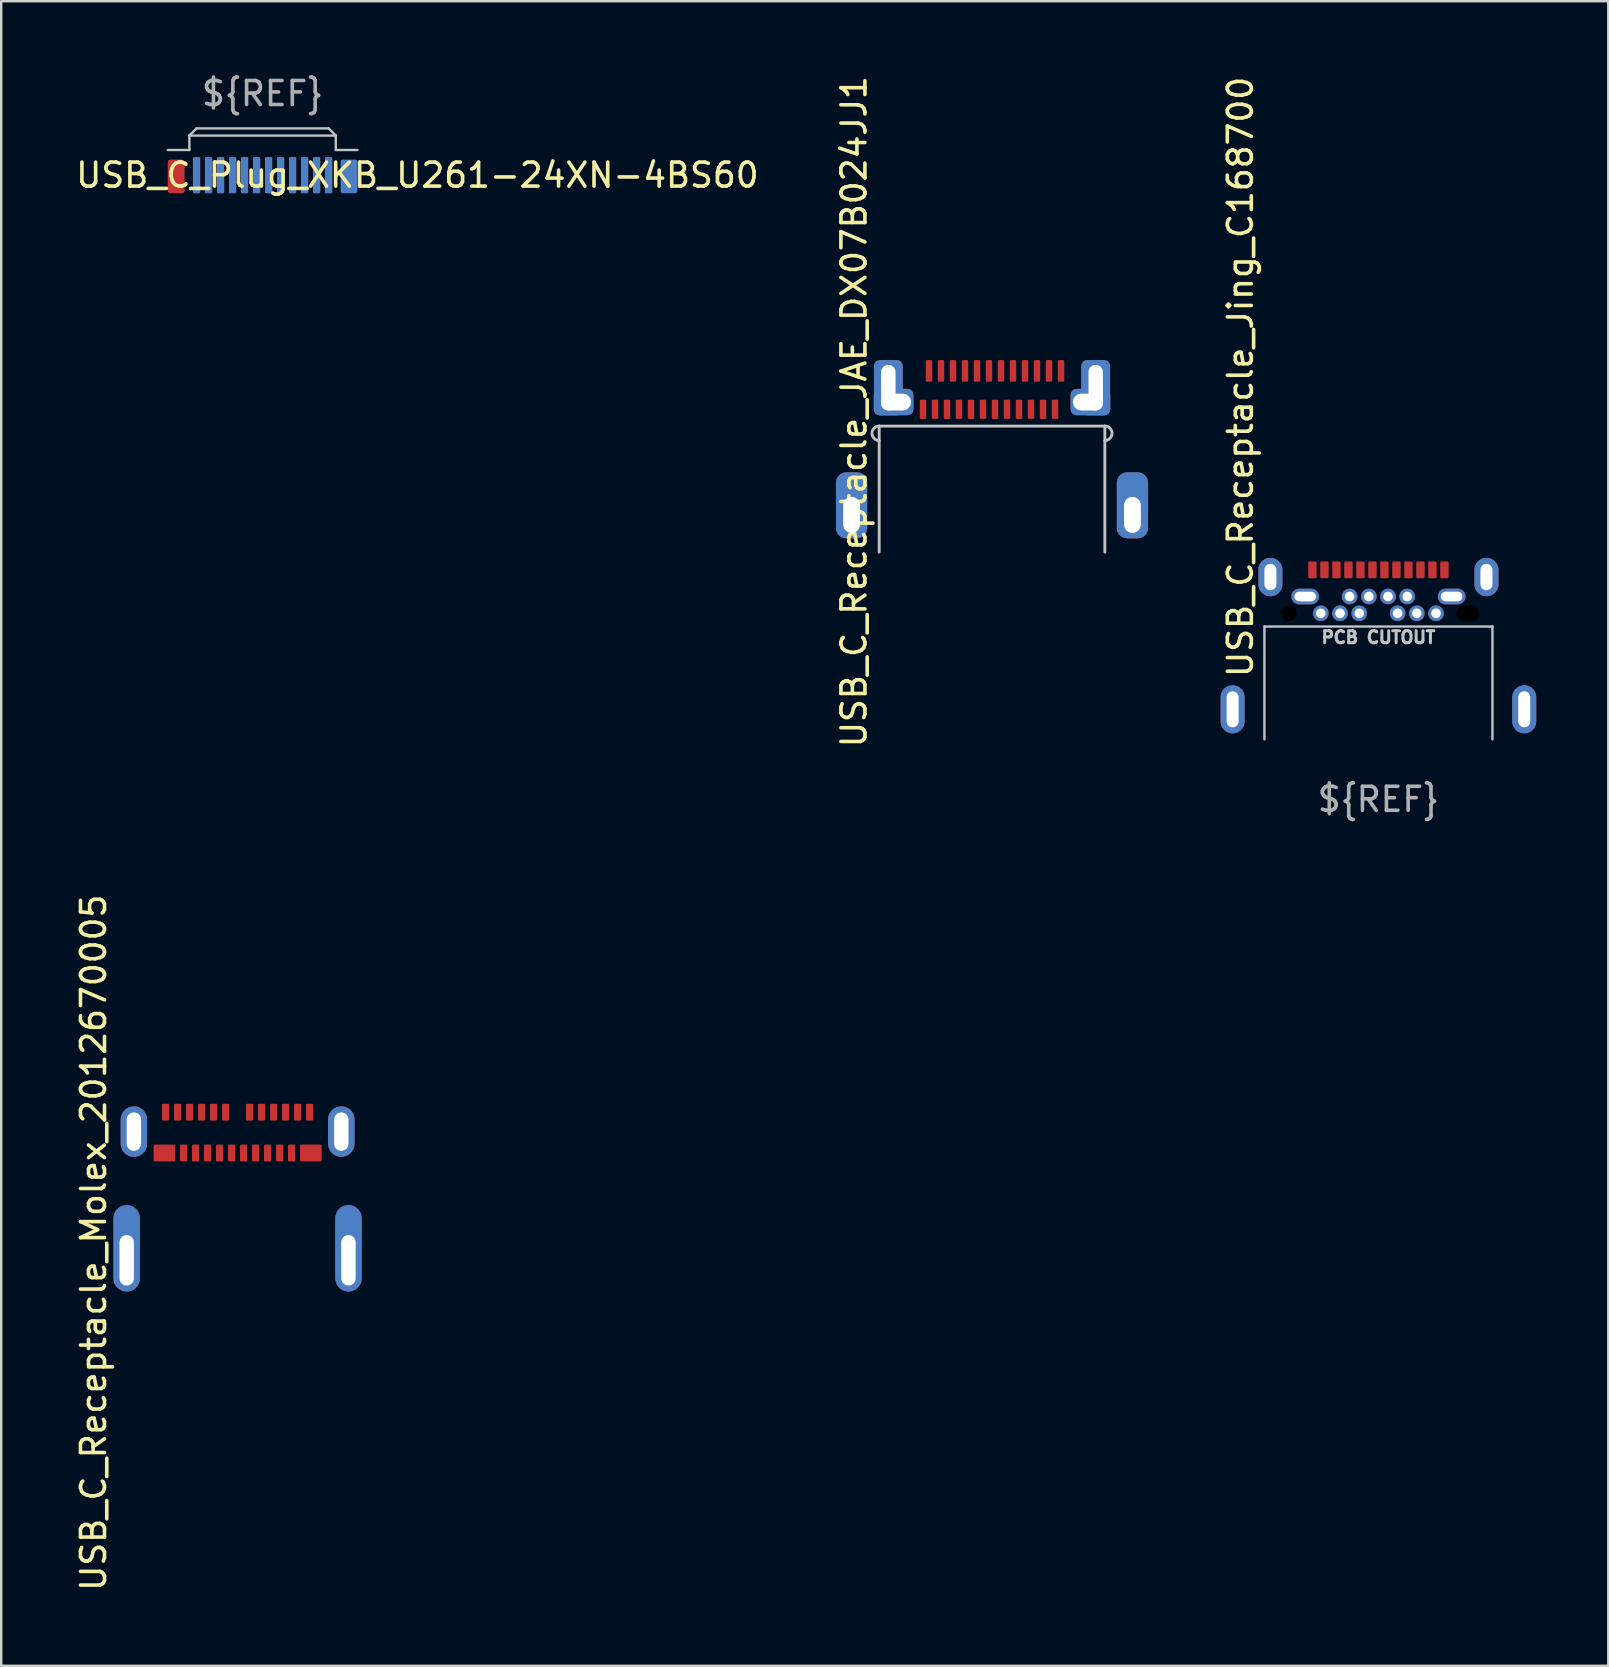
<source format=kicad_pcb>
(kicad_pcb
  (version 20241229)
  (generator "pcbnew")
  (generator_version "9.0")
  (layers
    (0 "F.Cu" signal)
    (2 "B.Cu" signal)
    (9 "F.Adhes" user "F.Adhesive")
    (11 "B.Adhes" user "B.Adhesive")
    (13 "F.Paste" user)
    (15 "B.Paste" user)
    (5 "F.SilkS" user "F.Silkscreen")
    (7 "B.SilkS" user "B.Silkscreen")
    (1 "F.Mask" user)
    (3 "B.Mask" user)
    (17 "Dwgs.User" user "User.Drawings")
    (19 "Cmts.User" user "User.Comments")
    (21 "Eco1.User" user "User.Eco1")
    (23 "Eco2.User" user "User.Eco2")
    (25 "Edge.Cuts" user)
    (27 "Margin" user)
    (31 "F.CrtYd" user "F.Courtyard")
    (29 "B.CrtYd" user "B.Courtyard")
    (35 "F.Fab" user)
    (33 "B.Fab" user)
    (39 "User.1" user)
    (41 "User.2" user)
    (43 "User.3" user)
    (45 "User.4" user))
  (footprint "USB_C_Plug_XKB_U261-24XN-4BS60"
    (layer "F.Cu")
    (at 7.889 3.198)
    (property "Reference" "USB_C_Plug_XKB_U261-24XN-4BS60" (at 6.45 1.05 0) (unlocked yes) (layer "F.SilkS") (effects (font (size 1 1) (thickness 0.15))))
    (attr smd)
    (fp_line (start -3.05 -0.6) (end -3.05 0) (stroke (width 0.1) (type solid)) (layer "Dwgs.User"))
    (fp_line (start -3.05 -0.6) (end 3.05 -0.6) (stroke (width 0.1) (type solid)) (layer "Dwgs.User"))
    (fp_line (start -3.05 0) (end -3.95 0) (stroke (width 0.1) (type solid)) (layer "Dwgs.User"))
    (fp_line (start -2.75 -0.9) (end -3.05 -0.6) (stroke (width 0.1) (type solid)) (layer "Dwgs.User"))
    (fp_line (start -2.75 -0.9) (end 2.75 -0.9) (stroke (width 0.1) (type solid)) (layer "Dwgs.User"))
    (fp_line (start 2.75 -0.9) (end 3.05 -0.6) (stroke (width 0.1) (type solid)) (layer "Dwgs.User"))
    (fp_line (start 3.05 -0.6) (end 3.05 0) (stroke (width 0.1) (type solid)) (layer "Dwgs.User"))
    (fp_line (start 3.05 0) (end 3.95 0) (stroke (width 0.1) (type solid)) (layer "Dwgs.User"))
    (fp_text user "${REF}" (at 0 -2.35 0) (unlocked yes) (layer "F.Fab") (effects (font (size 1 1) (thickness 0.15))))
    (pad "A1" smd roundrect (at -2.75 1.05) (size 0.3 1.5) (layers "F.Cu" "F.Mask" "F.Paste") (roundrect_rratio 0.167))
    (pad "A2" smd roundrect (at -2.25 1.05) (size 0.3 1.5) (layers "F.Cu" "F.Mask" "F.Paste") (roundrect_rratio 0.167))
    (pad "A3" smd roundrect (at -1.75 1.05) (size 0.3 1.5) (layers "F.Cu" "F.Mask" "F.Paste") (roundrect_rratio 0.167))
    (pad "A4" smd roundrect (at -1.25 1.05) (size 0.3 1.5) (layers "F.Cu" "F.Mask" "F.Paste") (roundrect_rratio 0.167))
    (pad "A5" smd roundrect (at -0.75 1.05) (size 0.3 1.5) (layers "F.Cu" "F.Mask" "F.Paste") (roundrect_rratio 0.167))
    (pad "A6" smd roundrect (at -0.25 1.05) (size 0.3 1.5) (layers "F.Cu" "F.Mask" "F.Paste") (roundrect_rratio 0.167))
    (pad "A7" smd roundrect (at 0.25 1.05) (size 0.3 1.5) (layers "F.Cu" "F.Mask" "F.Paste") (roundrect_rratio 0.167))
    (pad "A8" smd roundrect (at 0.75 1.05) (size 0.3 1.5) (layers "F.Cu" "F.Mask" "F.Paste") (roundrect_rratio 0.167))
    (pad "A9" smd roundrect (at 1.25 1.05) (size 0.3 1.5) (layers "F.Cu" "F.Mask" "F.Paste") (roundrect_rratio 0.167))
    (pad "A10" smd roundrect (at 1.75 1.05) (size 0.3 1.5) (layers "F.Cu" "F.Mask" "F.Paste") (roundrect_rratio 0.167))
    (pad "A11" smd roundrect (at 2.25 1.05) (size 0.3 1.5) (layers "F.Cu" "F.Mask" "F.Paste") (roundrect_rratio 0.167))
    (pad "A12" smd roundrect (at 2.75 1.05) (size 0.3 1.5) (layers "F.Cu" "F.Mask" "F.Paste") (roundrect_rratio 0.167))
    (pad "B1" smd roundrect (at 2.75 1.05) (size 0.3 1.5) (layers "B.Cu" "B.Mask" "B.Paste") (roundrect_rratio 0.167))
    (pad "B2" smd roundrect (at 2.25 1.05) (size 0.3 1.5) (layers "B.Cu" "B.Mask" "B.Paste") (roundrect_rratio 0.167))
    (pad "B3" smd roundrect (at 1.75 1.05) (size 0.3 1.5) (layers "B.Cu" "B.Mask" "B.Paste") (roundrect_rratio 0.167))
    (pad "B4" smd roundrect (at 1.25 1.05) (size 0.3 1.5) (layers "B.Cu" "B.Mask" "B.Paste") (roundrect_rratio 0.167))
    (pad "B5" smd roundrect (at 0.75 1.05) (size 0.3 1.5) (layers "B.Cu" "B.Mask" "B.Paste") (roundrect_rratio 0.167))
    (pad "B6" smd roundrect (at 0.25 1.05) (size 0.3 1.5) (layers "B.Cu" "B.Mask" "B.Paste") (roundrect_rratio 0.167))
    (pad "B7" smd roundrect (at -0.25 1.05) (size 0.3 1.5) (layers "B.Cu" "B.Mask" "B.Paste") (roundrect_rratio 0.167))
    (pad "B8" smd roundrect (at -0.75 1.05) (size 0.3 1.5) (layers "B.Cu" "B.Mask" "B.Paste") (roundrect_rratio 0.167))
    (pad "B9" smd roundrect (at -1.25 1.05) (size 0.3 1.5) (layers "B.Cu" "B.Mask" "B.Paste") (roundrect_rratio 0.167))
    (pad "B10" smd roundrect (at -1.75 1.05) (size 0.3 1.5) (layers "B.Cu" "B.Mask" "B.Paste") (roundrect_rratio 0.167))
    (pad "B11" smd roundrect (at -2.25 1.05) (size 0.3 1.5) (layers "B.Cu" "B.Mask" "B.Paste") (roundrect_rratio 0.167))
    (pad "B12" smd roundrect (at -2.75 1.05) (size 0.3 1.5) (layers "B.Cu" "B.Mask" "B.Paste") (roundrect_rratio 0.167))
    (pad "S1" smd roundrect (at -3.6 1.1) (size 0.7 1.4) (layers "F.Cu" "F.Mask" "F.Paste") (roundrect_rratio 0.143))
    (pad "S1" smd roundrect (at 3.6 1.1) (size 0.7 1.4) (layers "B.Cu" "B.Mask" "B.Paste") (roundrect_rratio 0.143)))
  (footprint "USB_C_Receptacle_JAE_DX07B024JJ1"
    (layer "F.Cu")
    (at 38.277 13.101)
    (property "Reference" "USB_C_Receptacle_JAE_DX07B024JJ1" (at -5.75 1 90) (unlocked yes) (layer "F.SilkS") (effects (font (size 1 1) (thickness 0.15))))
    (attr through_hole)
    (fp_line (start -4.7 1.6) (end 4.7 1.6) (stroke (width 0.12) (type solid)) (layer "Dwgs.User"))
    (fp_line (start -4.7 6.85) (end -4.7 1.6) (stroke (width 0.12) (type solid)) (layer "Dwgs.User"))
    (fp_line (start 4.7 1.6) (end 4.7 6.85) (stroke (width 0.12) (type solid)) (layer "Dwgs.User"))
    (fp_arc (start -4.7 2.2) (mid -5 1.9) (end -4.7 1.6) (stroke (width 0.12) (type solid)) (layer "Dwgs.User"))
    (fp_arc (start 4.7 1.6) (mid 5 1.9) (end 4.7 2.2) (stroke (width 0.12) (type solid)) (layer "Dwgs.User"))
    (pad "A1" smd roundrect (at -2.625 -0.7) (size 0.27 0.9) (layers "F.Cu" "F.Mask" "F.Paste") (roundrect_rratio 0.185))
    (pad "A2" smd roundrect (at -2.125 -0.7) (size 0.27 0.9) (layers "F.Cu" "F.Mask" "F.Paste") (roundrect_rratio 0.185))
    (pad "A3" smd roundrect (at -1.625 -0.7) (size 0.27 0.9) (layers "F.Cu" "F.Mask" "F.Paste") (roundrect_rratio 0.185))
    (pad "A4" smd roundrect (at -1.125 -0.7) (size 0.27 0.9) (layers "F.Cu" "F.Mask" "F.Paste") (roundrect_rratio 0.185))
    (pad "A5" smd roundrect (at -0.625 -0.7) (size 0.27 0.9) (layers "F.Cu" "F.Mask" "F.Paste") (roundrect_rratio 0.185))
    (pad "A6" smd roundrect (at -0.125 -0.7) (size 0.27 0.9) (layers "F.Cu" "F.Mask" "F.Paste") (roundrect_rratio 0.185))
    (pad "A7" smd roundrect (at 0.375 -0.7) (size 0.27 0.9) (layers "F.Cu" "F.Mask" "F.Paste") (roundrect_rratio 0.185))
    (pad "A8" smd roundrect (at 0.875 -0.7) (size 0.27 0.9) (layers "F.Cu" "F.Mask" "F.Paste") (roundrect_rratio 0.185))
    (pad "A9" smd roundrect (at 1.375 -0.7) (size 0.27 0.9) (layers "F.Cu" "F.Mask" "F.Paste") (roundrect_rratio 0.185))
    (pad "A10" smd roundrect (at 1.875 -0.7) (size 0.27 0.9) (layers "F.Cu" "F.Mask" "F.Paste") (roundrect_rratio 0.185))
    (pad "A11" smd roundrect (at 2.375 -0.7) (size 0.27 0.9) (layers "F.Cu" "F.Mask" "F.Paste") (roundrect_rratio 0.185))
    (pad "A12" smd roundrect (at 2.875 -0.7) (size 0.27 0.9) (layers "F.Cu" "F.Mask" "F.Paste") (roundrect_rratio 0.185))
    (pad "B1" smd roundrect (at 2.625 0.9) (size 0.27 0.8) (layers "F.Cu" "F.Mask" "F.Paste") (roundrect_rratio 0.185))
    (pad "B2" smd roundrect (at 2.125 0.9) (size 0.27 0.8) (layers "F.Cu" "F.Mask" "F.Paste") (roundrect_rratio 0.185))
    (pad "B3" smd roundrect (at 1.625 0.9) (size 0.27 0.8) (layers "F.Cu" "F.Mask" "F.Paste") (roundrect_rratio 0.185))
    (pad "B4" smd roundrect (at 1.125 0.9) (size 0.27 0.8) (layers "F.Cu" "F.Mask" "F.Paste") (roundrect_rratio 0.185))
    (pad "B5" smd roundrect (at 0.625 0.9) (size 0.27 0.8) (layers "F.Cu" "F.Mask" "F.Paste") (roundrect_rratio 0.185))
    (pad "B6" smd roundrect (at 0.125 0.9) (size 0.27 0.8) (layers "F.Cu" "F.Mask" "F.Paste") (roundrect_rratio 0.185))
    (pad "B7" smd roundrect (at -0.375 0.9) (size 0.27 0.8) (layers "F.Cu" "F.Mask" "F.Paste") (roundrect_rratio 0.185))
    (pad "B8" smd roundrect (at -0.875 0.9) (size 0.27 0.8) (layers "F.Cu" "F.Mask" "F.Paste") (roundrect_rratio 0.185))
    (pad "B9" smd roundrect (at -1.375 0.9) (size 0.27 0.8) (layers "F.Cu" "F.Mask" "F.Paste") (roundrect_rratio 0.185))
    (pad "B10" smd roundrect (at -1.875 0.9) (size 0.27 0.8) (layers "F.Cu" "F.Mask" "F.Paste") (roundrect_rratio 0.185))
    (pad "B11" smd roundrect (at -2.375 0.9) (size 0.27 0.8) (layers "F.Cu" "F.Mask" "F.Paste") (roundrect_rratio 0.185))
    (pad "B12" smd roundrect (at -2.875 0.9) (size 0.27 0.8) (layers "F.Cu" "F.Mask" "F.Paste") (roundrect_rratio 0.185))
    (pad "S1" thru_hole roundrect (at -5.85 5.3) (size 1.3 2.75) (drill oval 0.7 1.5 (offset 0 -0.4)) (layers "*.Cu" "*.Mask") (roundrect_rratio 0.328))
    (pad "S1" thru_hole roundrect (at -4.32 0) (size 1.2 2.3) (drill oval 0.6 1.9) (layers "*.Cu" "*.Mask") (roundrect_rratio 0.208))
    (pad "S1" thru_hole roundrect (at -4 0.6) (size 1.65 1.1) (drill oval 1.25 0.7 (offset -0.1 0)) (layers "*.Cu" "*.Mask") (roundrect_rratio 0.227))
    (pad "S1" thru_hole roundrect (at 4 0.6) (size 1.65 1.1) (drill oval 1.25 0.7 (offset 0.1 0)) (layers "*.Cu" "*.Mask") (roundrect_rratio 0.227))
    (pad "S1" thru_hole roundrect (at 4.32 0) (size 1.2 2.3) (drill oval 0.6 1.9) (layers "*.Cu" "*.Mask") (roundrect_rratio 0.208))
    (pad "S1" thru_hole roundrect (at 5.85 5.3) (size 1.3 2.75) (drill oval 0.7 1.5 (offset 0 -0.4)) (layers "*.Cu" "*.Mask") (roundrect_rratio 0.328)))
  (footprint "USB_C_Receptacle_Jing_C168700"
    (layer "F.Cu")
    (at 54.375 27.75)
    (property "Reference" "USB_C_Receptacle_Jing_C168700" (at -5.75 -2.5 90) (unlocked yes) (layer "F.SilkS") (effects (font (size 1 1) (thickness 0.15)) (justify left)))
    (attr through_hole)
    (fp_line (start -4.75 -4.7) (end 4.75 -4.7) (stroke (width 0.1) (type solid)) (layer "Dwgs.User"))
    (fp_line (start -4.75 0) (end -4.75 -4.7) (stroke (width 0.1) (type solid)) (layer "Dwgs.User"))
    (fp_line (start 4.75 -4.7) (end 4.75 0) (stroke (width 0.1) (type solid)) (layer "Dwgs.User"))
    (fp_text user "PCB CUTOUT" (at 0 -4.25 0) (unlocked yes) (layer "Dwgs.User") (effects (font (size 0.5 0.5) (thickness 0.125))))
    (fp_text user "${REF}" (at 0 2.5 0) (unlocked yes) (layer "F.Fab") (effects (font (size 1 1) (thickness 0.15))))
    (pad "" np_thru_hole circle (at -3.725 -5.25) (size 0.75 0.75) (drill 0.65) (layers "F.Mask"))
    (pad "" np_thru_hole oval (at 3.725 -5.25) (size 1.05 0.75) (drill oval 0.95 0.65) (layers "F.Mask"))
    (pad "A1" smd roundrect (at -2.75 -7.06) (size 0.35 0.7) (layers "F.Cu" "F.Mask" "F.Paste") (roundrect_rratio 0.143))
    (pad "A2" smd roundrect (at -2.25 -7.06) (size 0.35 0.7) (layers "F.Cu" "F.Mask" "F.Paste") (roundrect_rratio 0.143))
    (pad "A3" smd roundrect (at -1.75 -7.06) (size 0.35 0.7) (layers "F.Cu" "F.Mask" "F.Paste") (roundrect_rratio 0.143))
    (pad "A4" smd roundrect (at -1.25 -7.06) (size 0.35 0.7) (layers "F.Cu" "F.Mask" "F.Paste") (roundrect_rratio 0.143))
    (pad "A5" smd roundrect (at -0.75 -7.06) (size 0.35 0.7) (layers "F.Cu" "F.Mask" "F.Paste") (roundrect_rratio 0.143))
    (pad "A6" smd roundrect (at -0.25 -7.06) (size 0.35 0.7) (layers "F.Cu" "F.Mask" "F.Paste") (roundrect_rratio 0.143))
    (pad "A7" smd roundrect (at 0.25 -7.06) (size 0.35 0.7) (layers "F.Cu" "F.Mask" "F.Paste") (roundrect_rratio 0.143))
    (pad "A8" smd roundrect (at 0.75 -7.06) (size 0.35 0.7) (layers "F.Cu" "F.Mask" "F.Paste") (roundrect_rratio 0.143))
    (pad "A9" smd roundrect (at 1.25 -7.06) (size 0.35 0.7) (layers "F.Cu" "F.Mask" "F.Paste") (roundrect_rratio 0.143))
    (pad "A10" smd roundrect (at 1.75 -7.06) (size 0.35 0.7) (layers "F.Cu" "F.Mask" "F.Paste") (roundrect_rratio 0.143))
    (pad "A11" smd roundrect (at 2.25 -7.06) (size 0.35 0.7) (layers "F.Cu" "F.Mask" "F.Paste") (roundrect_rratio 0.143))
    (pad "A12" smd roundrect (at 2.75 -7.06) (size 0.35 0.7) (layers "F.Cu" "F.Mask" "F.Paste") (roundrect_rratio 0.143))
    (pad "B1" thru_hole oval (at 3.05 -5.95) (size 1.15 0.65) (drill oval 0.9 0.4) (layers "*.Cu" "*.Mask") (remove_unused_layers yes) (keep_end_layers yes) (zone_layer_connections))
    (pad "B2" thru_hole circle (at 2.4 -5.25) (size 0.65 0.65) (drill 0.4) (layers "*.Cu" "*.Mask") (remove_unused_layers yes) (keep_end_layers yes) (zone_layer_connections))
    (pad "B3" thru_hole circle (at 1.6 -5.25) (size 0.65 0.65) (drill 0.4) (layers "*.Cu" "*.Mask") (remove_unused_layers yes) (keep_end_layers yes) (zone_layer_connections))
    (pad "B4" thru_hole circle (at 1.2 -5.95) (size 0.65 0.65) (drill 0.4) (layers "*.Cu" "*.Mask") (remove_unused_layers yes) (keep_end_layers yes) (zone_layer_connections))
    (pad "B5" thru_hole circle (at 0.8 -5.25) (size 0.65 0.65) (drill 0.4) (layers "*.Cu" "*.Mask") (remove_unused_layers yes) (keep_end_layers yes) (zone_layer_connections))
    (pad "B6" thru_hole circle (at 0.4 -5.95) (size 0.65 0.65) (drill 0.4) (layers "*.Cu" "*.Mask") (remove_unused_layers yes) (keep_end_layers yes) (zone_layer_connections))
    (pad "B7" thru_hole circle (at -0.4 -5.95) (size 0.65 0.65) (drill 0.4) (layers "*.Cu" "*.Mask") (remove_unused_layers yes) (keep_end_layers yes) (zone_layer_connections))
    (pad "B8" thru_hole circle (at -0.8 -5.25) (size 0.65 0.65) (drill 0.4) (layers "*.Cu" "*.Mask") (remove_unused_layers yes) (keep_end_layers yes) (zone_layer_connections))
    (pad "B9" thru_hole circle (at -1.2 -5.95) (size 0.65 0.65) (drill 0.4) (layers "*.Cu" "*.Mask") (remove_unused_layers yes) (keep_end_layers yes) (zone_layer_connections))
    (pad "B10" thru_hole circle (at -1.6 -5.25) (size 0.65 0.65) (drill 0.4) (layers "*.Cu" "*.Mask") (remove_unused_layers yes) (keep_end_layers yes) (zone_layer_connections))
    (pad "B11" thru_hole circle (at -2.4 -5.25) (size 0.65 0.65) (drill 0.4) (layers "*.Cu" "*.Mask") (remove_unused_layers yes) (keep_end_layers yes) (zone_layer_connections))
    (pad "B12" thru_hole oval (at -3.05 -5.95) (size 1.15 0.65) (drill oval 0.9 0.4) (layers "*.Cu" "*.Mask") (remove_unused_layers yes) (keep_end_layers yes) (zone_layer_connections))
    (pad "S1" thru_hole oval (at -6.075 -1.25) (size 1 2) (drill oval 0.5 1.5) (layers "*.Cu" "*.Mask") (remove_unused_layers yes) (keep_end_layers yes) (zone_layer_connections))
    (pad "S1" thru_hole oval (at -4.5 -6.76) (size 1 1.6) (drill oval 0.5 1.1) (layers "*.Cu" "*.Mask") (remove_unused_layers yes) (keep_end_layers yes) (zone_layer_connections))
    (pad "S1" thru_hole oval (at 4.5 -6.76) (size 1 1.6) (drill oval 0.5 1.1) (layers "*.Cu" "*.Mask") (remove_unused_layers yes) (keep_end_layers yes) (zone_layer_connections))
    (pad "S1" thru_hole oval (at 6.075 -1.25) (size 1 2) (drill oval 0.5 1.5) (layers "*.Cu" "*.Mask") (remove_unused_layers yes) (keep_end_layers yes) (zone_layer_connections)))
  (footprint "USB_C_Receptacle_Molex_2012670005"
    (layer "F.Cu")
    (at 6.848 51.223)
    (property "Reference" "USB_C_Receptacle_Molex_2012670005" (at -6 -2.5 90) (unlocked yes) (layer "F.SilkS") (effects (font (size 1 1) (thickness 0.15))))
    (attr smd)
    (pad "A1" smd roundrect (at -3 -7.94) (size 0.3 0.7) (layers "F.Cu" "F.Mask" "F.Paste") (roundrect_rratio 0.167))
    (pad "A2" smd roundrect (at -2.5 -7.94) (size 0.3 0.7) (layers "F.Cu" "F.Mask" "F.Paste") (roundrect_rratio 0.167))
    (pad "A3" smd roundrect (at -2 -7.94) (size 0.3 0.7) (layers "F.Cu" "F.Mask" "F.Paste") (roundrect_rratio 0.167))
    (pad "A4" smd roundrect (at -1.5 -7.94) (size 0.3 0.7) (layers "F.Cu" "F.Mask" "F.Paste") (roundrect_rratio 0.167))
    (pad "A5" smd roundrect (at -1 -7.94) (size 0.3 0.7) (layers "F.Cu" "F.Mask" "F.Paste") (roundrect_rratio 0.167))
    (pad "A6" smd roundrect (at -0.5 -7.94) (size 0.3 0.7) (layers "F.Cu" "F.Mask" "F.Paste") (roundrect_rratio 0.167))
    (pad "A7" smd roundrect (at 0.5 -7.94) (size 0.3 0.7) (layers "F.Cu" "F.Mask" "F.Paste") (roundrect_rratio 0.167))
    (pad "A8" smd roundrect (at 1 -7.94) (size 0.3 0.7) (layers "F.Cu" "F.Mask" "F.Paste") (roundrect_rratio 0.167))
    (pad "A9" smd roundrect (at 1.5 -7.94) (size 0.3 0.7) (layers "F.Cu" "F.Mask" "F.Paste") (roundrect_rratio 0.167))
    (pad "A10" smd roundrect (at 2 -7.94) (size 0.3 0.7) (layers "F.Cu" "F.Mask" "F.Paste") (roundrect_rratio 0.167))
    (pad "A11" smd roundrect (at 2.5 -7.94) (size 0.3 0.7) (layers "F.Cu" "F.Mask" "F.Paste") (roundrect_rratio 0.167))
    (pad "A12" smd roundrect (at 3 -7.94) (size 0.3 0.7) (layers "F.Cu" "F.Mask" "F.Paste") (roundrect_rratio 0.167))
    (pad "B1" smd roundrect (at 3.05 -6.24) (size 0.9 0.7) (layers "F.Cu" "F.Mask" "F.Paste") (roundrect_rratio 0.071))
    (pad "B2" smd roundrect (at 2.25 -6.24) (size 0.3 0.7) (layers "F.Cu" "F.Mask" "F.Paste") (roundrect_rratio 0.167))
    (pad "B3" smd roundrect (at 1.75 -6.24) (size 0.3 0.7) (layers "F.Cu" "F.Mask" "F.Paste") (roundrect_rratio 0.167))
    (pad "B4" smd roundrect (at 1.25 -6.24) (size 0.3 0.7) (layers "F.Cu" "F.Mask" "F.Paste") (roundrect_rratio 0.167))
    (pad "B5" smd roundrect (at 0.75 -6.24) (size 0.3 0.7) (layers "F.Cu" "F.Mask" "F.Paste") (roundrect_rratio 0.167))
    (pad "B6" smd roundrect (at 0.25 -6.24) (size 0.3 0.7) (layers "F.Cu" "F.Mask" "F.Paste") (roundrect_rratio 0.167))
    (pad "B7" smd roundrect (at -0.25 -6.24) (size 0.3 0.7) (layers "F.Cu" "F.Mask" "F.Paste") (roundrect_rratio 0.167))
    (pad "B8" smd roundrect (at -0.75 -6.24) (size 0.3 0.7) (layers "F.Cu" "F.Mask" "F.Paste") (roundrect_rratio 0.167))
    (pad "B9" smd roundrect (at -1.25 -6.24) (size 0.3 0.7) (layers "F.Cu" "F.Mask" "F.Paste") (roundrect_rratio 0.167))
    (pad "B10" smd roundrect (at -1.75 -6.24) (size 0.3 0.7) (layers "F.Cu" "F.Mask" "F.Paste") (roundrect_rratio 0.167))
    (pad "B11" smd roundrect (at -2.25 -6.24) (size 0.3 0.7) (layers "F.Cu" "F.Mask" "F.Paste") (roundrect_rratio 0.167))
    (pad "B12" smd roundrect (at -3.05 -6.24) (size 0.9 0.7) (layers "F.Cu" "F.Mask" "F.Paste") (roundrect_rratio 0.071))
    (pad "S1" thru_hole oval (at -4.62 -1.77) (size 1.1 3.6) (drill oval 0.6 2.1 (offset 0 -0.5)) (layers "*.Cu" "*.Mask"))
    (pad "S1" thru_hole oval (at -4.32 -7.13) (size 1.1 2.1) (drill oval 0.6 1.6) (layers "*.Cu" "*.Mask"))
    (pad "S1" thru_hole oval (at 4.32 -7.13) (size 1.1 2.1) (drill oval 0.6 1.6) (layers "*.Cu" "*.Mask"))
    (pad "S1" thru_hole oval (at 4.62 -1.77) (size 1.1 3.6) (drill oval 0.6 2.1 (offset 0 -0.5)) (layers "*.Cu" "*.Mask")))
  (gr_rect
    (start -3 -3)
    (end 63.95 66.348)
    (stroke (width 0.1) (type default))
    (fill no)
    (layer "Edge.Cuts")))
</source>
